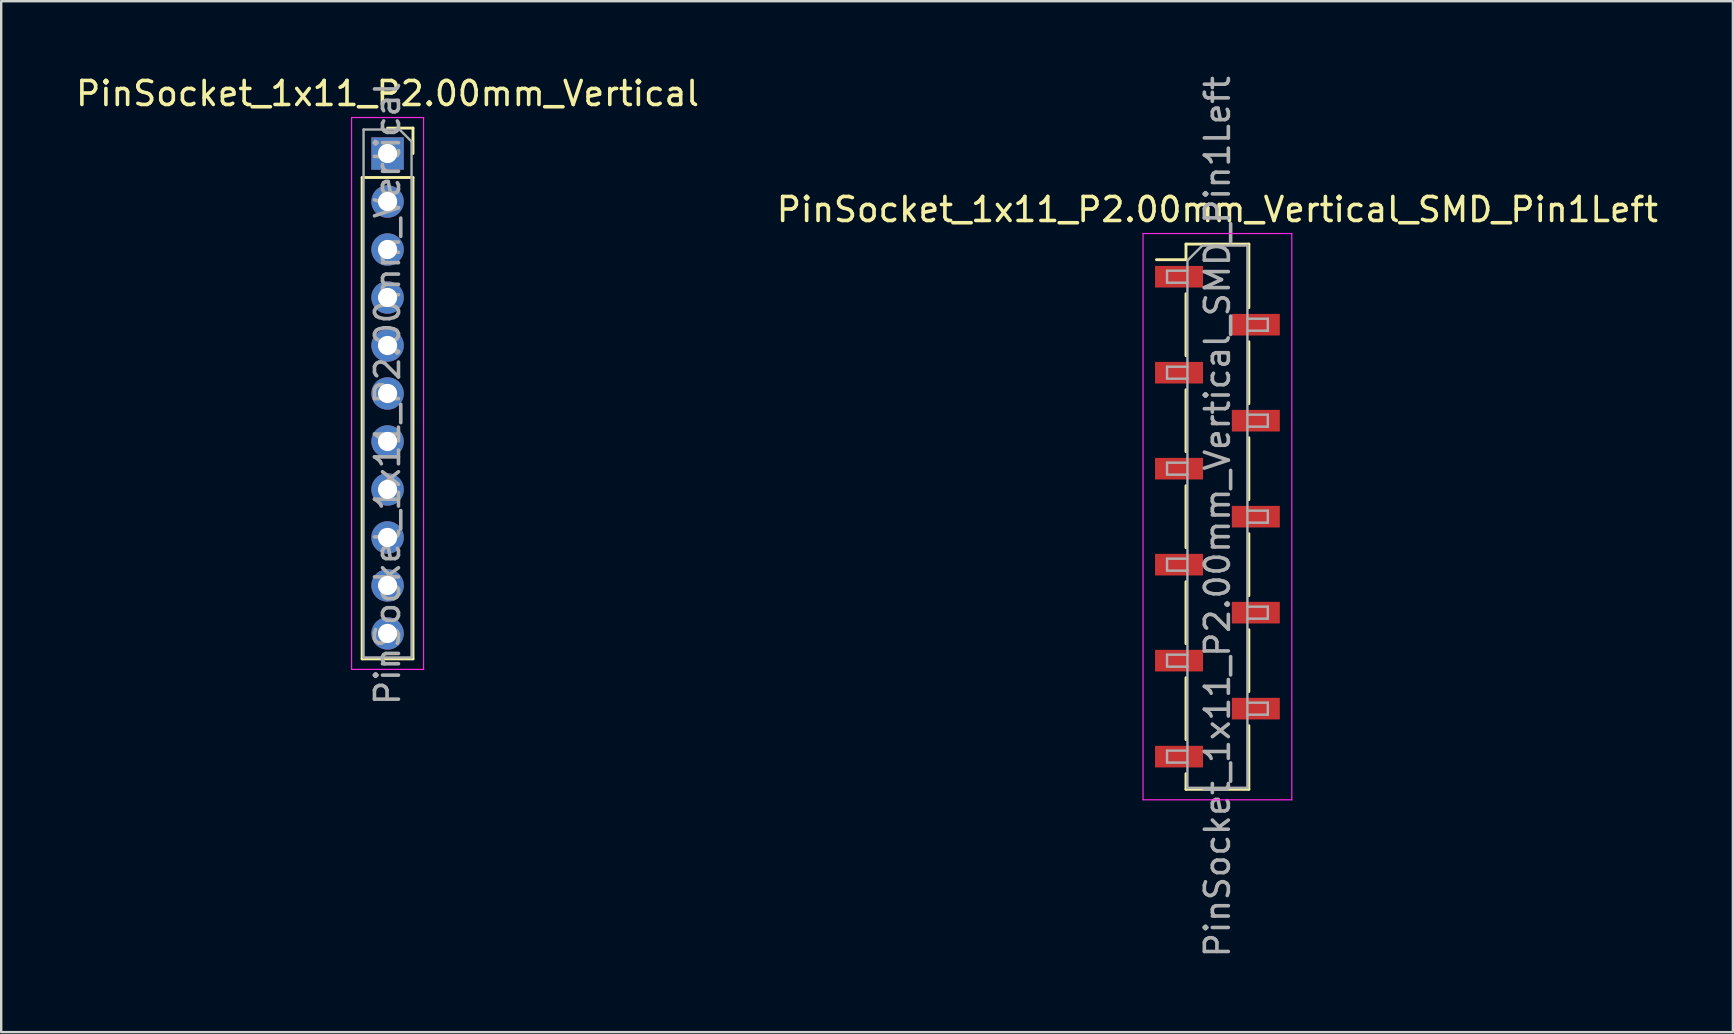
<source format=kicad_pcb>
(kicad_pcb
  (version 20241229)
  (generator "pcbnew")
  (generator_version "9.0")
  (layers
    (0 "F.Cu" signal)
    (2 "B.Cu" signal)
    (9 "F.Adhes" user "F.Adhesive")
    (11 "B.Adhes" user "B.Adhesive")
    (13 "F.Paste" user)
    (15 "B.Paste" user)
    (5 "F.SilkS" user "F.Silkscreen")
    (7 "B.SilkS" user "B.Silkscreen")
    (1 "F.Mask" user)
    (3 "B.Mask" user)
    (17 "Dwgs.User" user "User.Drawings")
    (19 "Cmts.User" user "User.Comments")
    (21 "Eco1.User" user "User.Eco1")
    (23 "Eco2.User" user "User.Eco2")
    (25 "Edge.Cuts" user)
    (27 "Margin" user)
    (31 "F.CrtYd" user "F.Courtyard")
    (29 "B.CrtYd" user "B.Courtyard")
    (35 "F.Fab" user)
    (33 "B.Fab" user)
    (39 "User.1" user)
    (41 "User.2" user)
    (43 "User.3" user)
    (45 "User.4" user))
  (footprint "PinSocket_1x11_P2.00mm_Vertical_SMD_Pin1Left"
    (layer "F.Cu")
    (at 47.685 18.482)
    (property "Reference" "PinSocket_1x11_P2.00mm_Vertical_SMD_Pin1Left" (at 0 -12.8 0) (layer "F.SilkS") (effects (font (size 1 1) (thickness 0.15))))
    (attr smd)
    (fp_line (start -2.54 -10.71) (end -1.31 -10.71) (stroke (width 0.12) (type solid)) (layer "F.SilkS"))
    (fp_line (start -1.31 -11.36) (end -1.31 -10.71) (stroke (width 0.12) (type solid)) (layer "F.SilkS"))
    (fp_line (start -1.31 -11.36) (end 1.31 -11.36) (stroke (width 0.12) (type solid)) (layer "F.SilkS"))
    (fp_line (start -1.31 -9.29) (end -1.31 -6.71) (stroke (width 0.12) (type solid)) (layer "F.SilkS"))
    (fp_line (start -1.31 -5.29) (end -1.31 -2.71) (stroke (width 0.12) (type solid)) (layer "F.SilkS"))
    (fp_line (start -1.31 -1.29) (end -1.31 1.29) (stroke (width 0.12) (type solid)) (layer "F.SilkS"))
    (fp_line (start -1.31 2.71) (end -1.31 5.29) (stroke (width 0.12) (type solid)) (layer "F.SilkS"))
    (fp_line (start -1.31 6.71) (end -1.31 9.29) (stroke (width 0.12) (type solid)) (layer "F.SilkS"))
    (fp_line (start -1.31 10.71) (end -1.31 11.36) (stroke (width 0.12) (type solid)) (layer "F.SilkS"))
    (fp_line (start -1.31 11.36) (end 1.31 11.36) (stroke (width 0.12) (type solid)) (layer "F.SilkS"))
    (fp_line (start 1.31 -11.36) (end 1.31 -8.71) (stroke (width 0.12) (type solid)) (layer "F.SilkS"))
    (fp_line (start 1.31 -7.29) (end 1.31 -4.71) (stroke (width 0.12) (type solid)) (layer "F.SilkS"))
    (fp_line (start 1.31 -3.29) (end 1.31 -0.71) (stroke (width 0.12) (type solid)) (layer "F.SilkS"))
    (fp_line (start 1.31 0.71) (end 1.31 3.29) (stroke (width 0.12) (type solid)) (layer "F.SilkS"))
    (fp_line (start 1.31 4.71) (end 1.31 7.29) (stroke (width 0.12) (type solid)) (layer "F.SilkS"))
    (fp_line (start 1.31 8.71) (end 1.31 11.36) (stroke (width 0.12) (type solid)) (layer "F.SilkS"))
    (fp_line (start -3.1 -11.8) (end 3.1 -11.8) (stroke (width 0.05) (type solid)) (layer "F.CrtYd"))
    (fp_line (start -3.1 11.8) (end -3.1 -11.8) (stroke (width 0.05) (type solid)) (layer "F.CrtYd"))
    (fp_line (start 3.1 -11.8) (end 3.1 11.8) (stroke (width 0.05) (type solid)) (layer "F.CrtYd"))
    (fp_line (start 3.1 11.8) (end -3.1 11.8) (stroke (width 0.05) (type solid)) (layer "F.CrtYd"))
    (fp_line (start -2.1 -10.25) (end -1.25 -10.25) (stroke (width 0.1) (type solid)) (layer "F.Fab"))
    (fp_line (start -2.1 -9.75) (end -2.1 -10.25) (stroke (width 0.1) (type solid)) (layer "F.Fab"))
    (fp_line (start -2.1 -6.25) (end -1.25 -6.25) (stroke (width 0.1) (type solid)) (layer "F.Fab"))
    (fp_line (start -2.1 -5.75) (end -2.1 -6.25) (stroke (width 0.1) (type solid)) (layer "F.Fab"))
    (fp_line (start -2.1 -2.25) (end -1.25 -2.25) (stroke (width 0.1) (type solid)) (layer "F.Fab"))
    (fp_line (start -2.1 -1.75) (end -2.1 -2.25) (stroke (width 0.1) (type solid)) (layer "F.Fab"))
    (fp_line (start -2.1 1.75) (end -1.25 1.75) (stroke (width 0.1) (type solid)) (layer "F.Fab"))
    (fp_line (start -2.1 2.25) (end -2.1 1.75) (stroke (width 0.1) (type solid)) (layer "F.Fab"))
    (fp_line (start -2.1 5.75) (end -1.25 5.75) (stroke (width 0.1) (type solid)) (layer "F.Fab"))
    (fp_line (start -2.1 6.25) (end -2.1 5.75) (stroke (width 0.1) (type solid)) (layer "F.Fab"))
    (fp_line (start -2.1 9.75) (end -1.25 9.75) (stroke (width 0.1) (type solid)) (layer "F.Fab"))
    (fp_line (start -2.1 10.25) (end -2.1 9.75) (stroke (width 0.1) (type solid)) (layer "F.Fab"))
    (fp_line (start -1.25 -10.675) (end -0.625 -11.3) (stroke (width 0.1) (type solid)) (layer "F.Fab"))
    (fp_line (start -1.25 -9.75) (end -2.1 -9.75) (stroke (width 0.1) (type solid)) (layer "F.Fab"))
    (fp_line (start -1.25 -5.75) (end -2.1 -5.75) (stroke (width 0.1) (type solid)) (layer "F.Fab"))
    (fp_line (start -1.25 -1.75) (end -2.1 -1.75) (stroke (width 0.1) (type solid)) (layer "F.Fab"))
    (fp_line (start -1.25 2.25) (end -2.1 2.25) (stroke (width 0.1) (type solid)) (layer "F.Fab"))
    (fp_line (start -1.25 6.25) (end -2.1 6.25) (stroke (width 0.1) (type solid)) (layer "F.Fab"))
    (fp_line (start -1.25 10.25) (end -2.1 10.25) (stroke (width 0.1) (type solid)) (layer "F.Fab"))
    (fp_line (start -1.25 11.3) (end -1.25 -10.675) (stroke (width 0.1) (type solid)) (layer "F.Fab"))
    (fp_line (start -0.625 -11.3) (end 1.25 -11.3) (stroke (width 0.1) (type solid)) (layer "F.Fab"))
    (fp_line (start 1.25 -11.3) (end 1.25 11.3) (stroke (width 0.1) (type solid)) (layer "F.Fab"))
    (fp_line (start 1.25 -8.25) (end 2.1 -8.25) (stroke (width 0.1) (type solid)) (layer "F.Fab"))
    (fp_line (start 1.25 -4.25) (end 2.1 -4.25) (stroke (width 0.1) (type solid)) (layer "F.Fab"))
    (fp_line (start 1.25 -0.25) (end 2.1 -0.25) (stroke (width 0.1) (type solid)) (layer "F.Fab"))
    (fp_line (start 1.25 3.75) (end 2.1 3.75) (stroke (width 0.1) (type solid)) (layer "F.Fab"))
    (fp_line (start 1.25 7.75) (end 2.1 7.75) (stroke (width 0.1) (type solid)) (layer "F.Fab"))
    (fp_line (start 1.25 11.3) (end -1.25 11.3) (stroke (width 0.1) (type solid)) (layer "F.Fab"))
    (fp_line (start 2.1 -8.25) (end 2.1 -7.75) (stroke (width 0.1) (type solid)) (layer "F.Fab"))
    (fp_line (start 2.1 -7.75) (end 1.25 -7.75) (stroke (width 0.1) (type solid)) (layer "F.Fab"))
    (fp_line (start 2.1 -4.25) (end 2.1 -3.75) (stroke (width 0.1) (type solid)) (layer "F.Fab"))
    (fp_line (start 2.1 -3.75) (end 1.25 -3.75) (stroke (width 0.1) (type solid)) (layer "F.Fab"))
    (fp_line (start 2.1 -0.25) (end 2.1 0.25) (stroke (width 0.1) (type solid)) (layer "F.Fab"))
    (fp_line (start 2.1 0.25) (end 1.25 0.25) (stroke (width 0.1) (type solid)) (layer "F.Fab"))
    (fp_line (start 2.1 3.75) (end 2.1 4.25) (stroke (width 0.1) (type solid)) (layer "F.Fab"))
    (fp_line (start 2.1 4.25) (end 1.25 4.25) (stroke (width 0.1) (type solid)) (layer "F.Fab"))
    (fp_line (start 2.1 7.75) (end 2.1 8.25) (stroke (width 0.1) (type solid)) (layer "F.Fab"))
    (fp_line (start 2.1 8.25) (end 1.25 8.25) (stroke (width 0.1) (type solid)) (layer "F.Fab"))
    (fp_text user "${REFERENCE}" (at 0 0 90) (layer "F.Fab") (effects (font (size 1 1) (thickness 0.15))))
    (pad "1" smd rect (at -1.6 -10) (size 2 0.9) (layers "F.Cu" "F.Mask" "F.Paste"))
    (pad "2" smd rect (at 1.6 -8) (size 2 0.9) (layers "F.Cu" "F.Mask" "F.Paste"))
    (pad "3" smd rect (at -1.6 -6) (size 2 0.9) (layers "F.Cu" "F.Mask" "F.Paste"))
    (pad "4" smd rect (at 1.6 -4) (size 2 0.9) (layers "F.Cu" "F.Mask" "F.Paste"))
    (pad "5" smd rect (at -1.6 -2) (size 2 0.9) (layers "F.Cu" "F.Mask" "F.Paste"))
    (pad "6" smd rect (at 1.6 0) (size 2 0.9) (layers "F.Cu" "F.Mask" "F.Paste"))
    (pad "7" smd rect (at -1.6 2) (size 2 0.9) (layers "F.Cu" "F.Mask" "F.Paste"))
    (pad "8" smd rect (at 1.6 4) (size 2 0.9) (layers "F.Cu" "F.Mask" "F.Paste"))
    (pad "9" smd rect (at -1.6 6) (size 2 0.9) (layers "F.Cu" "F.Mask" "F.Paste"))
    (pad "10" smd rect (at 1.6 8) (size 2 0.9) (layers "F.Cu" "F.Mask" "F.Paste"))
    (pad "11" smd rect (at -1.6 10) (size 2 0.9) (layers "F.Cu" "F.Mask" "F.Paste")))
  (footprint "PinSocket_1x11_P2.00mm_Vertical"
    (layer "F.Cu")
    (at 13.101 3.348)
    (property "Reference" "PinSocket_1x11_P2.00mm_Vertical" (at 0 -2.5 0) (layer "F.SilkS") (effects (font (size 1 1) (thickness 0.15))))
    (attr through_hole)
    (fp_line (start -1.06 1) (end -1.06 21.06) (stroke (width 0.12) (type solid)) (layer "F.SilkS"))
    (fp_line (start -1.06 1) (end 1.06 1) (stroke (width 0.12) (type solid)) (layer "F.SilkS"))
    (fp_line (start -1.06 21.06) (end 1.06 21.06) (stroke (width 0.12) (type solid)) (layer "F.SilkS"))
    (fp_line (start 0 -1.06) (end 1.06 -1.06) (stroke (width 0.12) (type solid)) (layer "F.SilkS"))
    (fp_line (start 1.06 -1.06) (end 1.06 0) (stroke (width 0.12) (type solid)) (layer "F.SilkS"))
    (fp_line (start 1.06 1) (end 1.06 21.06) (stroke (width 0.12) (type solid)) (layer "F.SilkS"))
    (fp_line (start -1.5 -1.5) (end 1.5 -1.5) (stroke (width 0.05) (type solid)) (layer "F.CrtYd"))
    (fp_line (start -1.5 21.5) (end -1.5 -1.5) (stroke (width 0.05) (type solid)) (layer "F.CrtYd"))
    (fp_line (start 1.5 -1.5) (end 1.5 21.5) (stroke (width 0.05) (type solid)) (layer "F.CrtYd"))
    (fp_line (start 1.5 21.5) (end -1.5 21.5) (stroke (width 0.05) (type solid)) (layer "F.CrtYd"))
    (fp_line (start -1 -1) (end 0.5 -1) (stroke (width 0.1) (type solid)) (layer "F.Fab"))
    (fp_line (start -1 21) (end -1 -1) (stroke (width 0.1) (type solid)) (layer "F.Fab"))
    (fp_line (start 0.5 -1) (end 1 -0.5) (stroke (width 0.1) (type solid)) (layer "F.Fab"))
    (fp_line (start 1 -0.5) (end 1 21) (stroke (width 0.1) (type solid)) (layer "F.Fab"))
    (fp_line (start 1 21) (end -1 21) (stroke (width 0.1) (type solid)) (layer "F.Fab"))
    (fp_text user "${REFERENCE}" (at 0 10 90) (layer "F.Fab") (effects (font (size 1 1) (thickness 0.15))))
    (pad "1" thru_hole rect (at 0 0) (size 1.35 1.35) (drill 0.8) (layers "*.Cu" "*.Mask"))
    (pad "2" thru_hole circle (at 0 2) (size 1.35 1.35) (drill 0.8) (layers "*.Cu" "*.Mask"))
    (pad "3" thru_hole circle (at 0 4) (size 1.35 1.35) (drill 0.8) (layers "*.Cu" "*.Mask"))
    (pad "4" thru_hole circle (at 0 6) (size 1.35 1.35) (drill 0.8) (layers "*.Cu" "*.Mask"))
    (pad "5" thru_hole circle (at 0 8) (size 1.35 1.35) (drill 0.8) (layers "*.Cu" "*.Mask"))
    (pad "6" thru_hole circle (at 0 10) (size 1.35 1.35) (drill 0.8) (layers "*.Cu" "*.Mask"))
    (pad "7" thru_hole circle (at 0 12) (size 1.35 1.35) (drill 0.8) (layers "*.Cu" "*.Mask"))
    (pad "8" thru_hole circle (at 0 14) (size 1.35 1.35) (drill 0.8) (layers "*.Cu" "*.Mask"))
    (pad "9" thru_hole circle (at 0 16) (size 1.35 1.35) (drill 0.8) (layers "*.Cu" "*.Mask"))
    (pad "10" thru_hole circle (at 0 18) (size 1.35 1.35) (drill 0.8) (layers "*.Cu" "*.Mask"))
    (pad "11" thru_hole circle (at 0 20) (size 1.35 1.35) (drill 0.8) (layers "*.Cu" "*.Mask")))
  (gr_rect
    (start -3 -3)
    (end 69.167 39.964)
    (stroke (width 0.1) (type default))
    (fill no)
    (layer "Edge.Cuts")))
</source>
